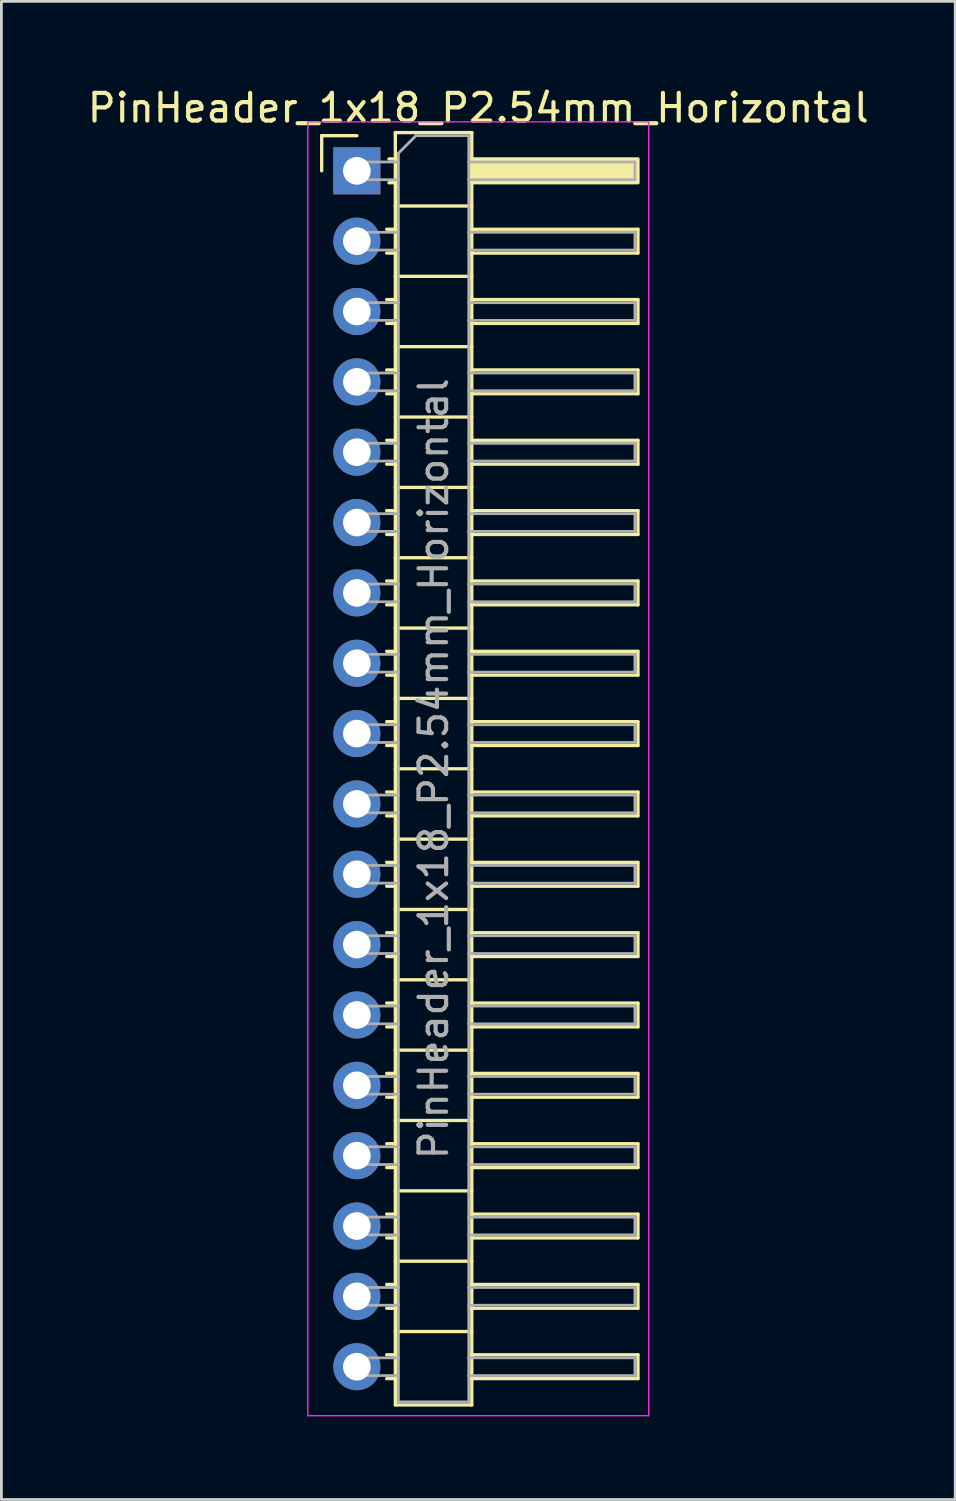
<source format=kicad_pcb>
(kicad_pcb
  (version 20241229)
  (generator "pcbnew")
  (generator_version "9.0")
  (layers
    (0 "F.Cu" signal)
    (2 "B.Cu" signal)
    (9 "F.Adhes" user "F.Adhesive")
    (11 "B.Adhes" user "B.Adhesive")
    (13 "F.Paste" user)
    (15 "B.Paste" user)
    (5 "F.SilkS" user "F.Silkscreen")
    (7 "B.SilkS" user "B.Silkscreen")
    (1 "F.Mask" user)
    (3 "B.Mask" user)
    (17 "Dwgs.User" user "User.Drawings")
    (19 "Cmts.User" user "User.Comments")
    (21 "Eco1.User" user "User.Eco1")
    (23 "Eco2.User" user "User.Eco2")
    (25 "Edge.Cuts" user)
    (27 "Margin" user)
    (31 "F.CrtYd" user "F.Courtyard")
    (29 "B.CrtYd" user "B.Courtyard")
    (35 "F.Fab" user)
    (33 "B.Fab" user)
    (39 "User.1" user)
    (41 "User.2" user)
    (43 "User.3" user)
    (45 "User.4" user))
  (footprint "PinHeader_1x18_P2.54mm_Horizontal"
    (layer "F.Cu")
    (at 9.835 3.118)
    (property "Reference" "PinHeader_1x18_P2.54mm_Horizontal" (at 4.385 -2.27 0) (layer "F.SilkS") (effects (font (size 1 1) (thickness 0.15))))
    (attr through_hole)
    (fp_line (start -1.27 -1.27) (end 0 -1.27) (stroke (width 0.12) (type solid)) (layer "F.SilkS"))
    (fp_line (start -1.27 0) (end -1.27 -1.27) (stroke (width 0.12) (type solid)) (layer "F.SilkS"))
    (fp_line (start 1.077 2.11) (end 1.39 2.11) (stroke (width 0.12) (type solid)) (layer "F.SilkS"))
    (fp_line (start 1.077 2.97) (end 1.39 2.97) (stroke (width 0.12) (type solid)) (layer "F.SilkS"))
    (fp_line (start 1.077 4.65) (end 1.39 4.65) (stroke (width 0.12) (type solid)) (layer "F.SilkS"))
    (fp_line (start 1.077 5.51) (end 1.39 5.51) (stroke (width 0.12) (type solid)) (layer "F.SilkS"))
    (fp_line (start 1.077 7.19) (end 1.39 7.19) (stroke (width 0.12) (type solid)) (layer "F.SilkS"))
    (fp_line (start 1.077 8.05) (end 1.39 8.05) (stroke (width 0.12) (type solid)) (layer "F.SilkS"))
    (fp_line (start 1.077 9.73) (end 1.39 9.73) (stroke (width 0.12) (type solid)) (layer "F.SilkS"))
    (fp_line (start 1.077 10.59) (end 1.39 10.59) (stroke (width 0.12) (type solid)) (layer "F.SilkS"))
    (fp_line (start 1.077 12.27) (end 1.39 12.27) (stroke (width 0.12) (type solid)) (layer "F.SilkS"))
    (fp_line (start 1.077 13.13) (end 1.39 13.13) (stroke (width 0.12) (type solid)) (layer "F.SilkS"))
    (fp_line (start 1.077 14.81) (end 1.39 14.81) (stroke (width 0.12) (type solid)) (layer "F.SilkS"))
    (fp_line (start 1.077 15.67) (end 1.39 15.67) (stroke (width 0.12) (type solid)) (layer "F.SilkS"))
    (fp_line (start 1.077 17.35) (end 1.39 17.35) (stroke (width 0.12) (type solid)) (layer "F.SilkS"))
    (fp_line (start 1.077 18.21) (end 1.39 18.21) (stroke (width 0.12) (type solid)) (layer "F.SilkS"))
    (fp_line (start 1.077 19.89) (end 1.39 19.89) (stroke (width 0.12) (type solid)) (layer "F.SilkS"))
    (fp_line (start 1.077 20.75) (end 1.39 20.75) (stroke (width 0.12) (type solid)) (layer "F.SilkS"))
    (fp_line (start 1.077 22.43) (end 1.39 22.43) (stroke (width 0.12) (type solid)) (layer "F.SilkS"))
    (fp_line (start 1.077 23.29) (end 1.39 23.29) (stroke (width 0.12) (type solid)) (layer "F.SilkS"))
    (fp_line (start 1.077 24.97) (end 1.39 24.97) (stroke (width 0.12) (type solid)) (layer "F.SilkS"))
    (fp_line (start 1.077 25.83) (end 1.39 25.83) (stroke (width 0.12) (type solid)) (layer "F.SilkS"))
    (fp_line (start 1.077 27.51) (end 1.39 27.51) (stroke (width 0.12) (type solid)) (layer "F.SilkS"))
    (fp_line (start 1.077 28.37) (end 1.39 28.37) (stroke (width 0.12) (type solid)) (layer "F.SilkS"))
    (fp_line (start 1.077 30.05) (end 1.39 30.05) (stroke (width 0.12) (type solid)) (layer "F.SilkS"))
    (fp_line (start 1.077 30.91) (end 1.39 30.91) (stroke (width 0.12) (type solid)) (layer "F.SilkS"))
    (fp_line (start 1.077 32.59) (end 1.39 32.59) (stroke (width 0.12) (type solid)) (layer "F.SilkS"))
    (fp_line (start 1.077 33.45) (end 1.39 33.45) (stroke (width 0.12) (type solid)) (layer "F.SilkS"))
    (fp_line (start 1.077 35.13) (end 1.39 35.13) (stroke (width 0.12) (type solid)) (layer "F.SilkS"))
    (fp_line (start 1.077 35.99) (end 1.39 35.99) (stroke (width 0.12) (type solid)) (layer "F.SilkS"))
    (fp_line (start 1.077 37.67) (end 1.39 37.67) (stroke (width 0.12) (type solid)) (layer "F.SilkS"))
    (fp_line (start 1.077 38.53) (end 1.39 38.53) (stroke (width 0.12) (type solid)) (layer "F.SilkS"))
    (fp_line (start 1.077 40.21) (end 1.39 40.21) (stroke (width 0.12) (type solid)) (layer "F.SilkS"))
    (fp_line (start 1.077 41.07) (end 1.39 41.07) (stroke (width 0.12) (type solid)) (layer "F.SilkS"))
    (fp_line (start 1.077 42.75) (end 1.39 42.75) (stroke (width 0.12) (type solid)) (layer "F.SilkS"))
    (fp_line (start 1.077 43.61) (end 1.39 43.61) (stroke (width 0.12) (type solid)) (layer "F.SilkS"))
    (fp_line (start 1.16 -0.43) (end 1.39 -0.43) (stroke (width 0.12) (type solid)) (layer "F.SilkS"))
    (fp_line (start 1.16 0.43) (end 1.39 0.43) (stroke (width 0.12) (type solid)) (layer "F.SilkS"))
    (fp_line (start 1.39 -1.38) (end 1.39 44.56) (stroke (width 0.12) (type solid)) (layer "F.SilkS"))
    (fp_line (start 1.39 1.27) (end 4.15 1.27) (stroke (width 0.12) (type solid)) (layer "F.SilkS"))
    (fp_line (start 1.39 3.81) (end 4.15 3.81) (stroke (width 0.12) (type solid)) (layer "F.SilkS"))
    (fp_line (start 1.39 6.35) (end 4.15 6.35) (stroke (width 0.12) (type solid)) (layer "F.SilkS"))
    (fp_line (start 1.39 8.89) (end 4.15 8.89) (stroke (width 0.12) (type solid)) (layer "F.SilkS"))
    (fp_line (start 1.39 11.43) (end 4.15 11.43) (stroke (width 0.12) (type solid)) (layer "F.SilkS"))
    (fp_line (start 1.39 13.97) (end 4.15 13.97) (stroke (width 0.12) (type solid)) (layer "F.SilkS"))
    (fp_line (start 1.39 16.51) (end 4.15 16.51) (stroke (width 0.12) (type solid)) (layer "F.SilkS"))
    (fp_line (start 1.39 19.05) (end 4.15 19.05) (stroke (width 0.12) (type solid)) (layer "F.SilkS"))
    (fp_line (start 1.39 21.59) (end 4.15 21.59) (stroke (width 0.12) (type solid)) (layer "F.SilkS"))
    (fp_line (start 1.39 24.13) (end 4.15 24.13) (stroke (width 0.12) (type solid)) (layer "F.SilkS"))
    (fp_line (start 1.39 26.67) (end 4.15 26.67) (stroke (width 0.12) (type solid)) (layer "F.SilkS"))
    (fp_line (start 1.39 29.21) (end 4.15 29.21) (stroke (width 0.12) (type solid)) (layer "F.SilkS"))
    (fp_line (start 1.39 31.75) (end 4.15 31.75) (stroke (width 0.12) (type solid)) (layer "F.SilkS"))
    (fp_line (start 1.39 34.29) (end 4.15 34.29) (stroke (width 0.12) (type solid)) (layer "F.SilkS"))
    (fp_line (start 1.39 36.83) (end 4.15 36.83) (stroke (width 0.12) (type solid)) (layer "F.SilkS"))
    (fp_line (start 1.39 39.37) (end 4.15 39.37) (stroke (width 0.12) (type solid)) (layer "F.SilkS"))
    (fp_line (start 1.39 41.91) (end 4.15 41.91) (stroke (width 0.12) (type solid)) (layer "F.SilkS"))
    (fp_line (start 1.39 44.56) (end 4.15 44.56) (stroke (width 0.12) (type solid)) (layer "F.SilkS"))
    (fp_line (start 4.15 -1.38) (end 1.39 -1.38) (stroke (width 0.12) (type solid)) (layer "F.SilkS"))
    (fp_line (start 4.15 2.11) (end 10.15 2.11) (stroke (width 0.12) (type solid)) (layer "F.SilkS"))
    (fp_line (start 4.15 4.65) (end 10.15 4.65) (stroke (width 0.12) (type solid)) (layer "F.SilkS"))
    (fp_line (start 4.15 7.19) (end 10.15 7.19) (stroke (width 0.12) (type solid)) (layer "F.SilkS"))
    (fp_line (start 4.15 9.73) (end 10.15 9.73) (stroke (width 0.12) (type solid)) (layer "F.SilkS"))
    (fp_line (start 4.15 12.27) (end 10.15 12.27) (stroke (width 0.12) (type solid)) (layer "F.SilkS"))
    (fp_line (start 4.15 14.81) (end 10.15 14.81) (stroke (width 0.12) (type solid)) (layer "F.SilkS"))
    (fp_line (start 4.15 17.35) (end 10.15 17.35) (stroke (width 0.12) (type solid)) (layer "F.SilkS"))
    (fp_line (start 4.15 19.89) (end 10.15 19.89) (stroke (width 0.12) (type solid)) (layer "F.SilkS"))
    (fp_line (start 4.15 22.43) (end 10.15 22.43) (stroke (width 0.12) (type solid)) (layer "F.SilkS"))
    (fp_line (start 4.15 24.97) (end 10.15 24.97) (stroke (width 0.12) (type solid)) (layer "F.SilkS"))
    (fp_line (start 4.15 27.51) (end 10.15 27.51) (stroke (width 0.12) (type solid)) (layer "F.SilkS"))
    (fp_line (start 4.15 30.05) (end 10.15 30.05) (stroke (width 0.12) (type solid)) (layer "F.SilkS"))
    (fp_line (start 4.15 32.59) (end 10.15 32.59) (stroke (width 0.12) (type solid)) (layer "F.SilkS"))
    (fp_line (start 4.15 35.13) (end 10.15 35.13) (stroke (width 0.12) (type solid)) (layer "F.SilkS"))
    (fp_line (start 4.15 37.67) (end 10.15 37.67) (stroke (width 0.12) (type solid)) (layer "F.SilkS"))
    (fp_line (start 4.15 40.21) (end 10.15 40.21) (stroke (width 0.12) (type solid)) (layer "F.SilkS"))
    (fp_line (start 4.15 42.75) (end 10.15 42.75) (stroke (width 0.12) (type solid)) (layer "F.SilkS"))
    (fp_line (start 4.15 44.56) (end 4.15 -1.38) (stroke (width 0.12) (type solid)) (layer "F.SilkS"))
    (fp_line (start 10.15 2.11) (end 10.15 2.97) (stroke (width 0.12) (type solid)) (layer "F.SilkS"))
    (fp_line (start 10.15 2.97) (end 4.15 2.97) (stroke (width 0.12) (type solid)) (layer "F.SilkS"))
    (fp_line (start 10.15 4.65) (end 10.15 5.51) (stroke (width 0.12) (type solid)) (layer "F.SilkS"))
    (fp_line (start 10.15 5.51) (end 4.15 5.51) (stroke (width 0.12) (type solid)) (layer "F.SilkS"))
    (fp_line (start 10.15 7.19) (end 10.15 8.05) (stroke (width 0.12) (type solid)) (layer "F.SilkS"))
    (fp_line (start 10.15 8.05) (end 4.15 8.05) (stroke (width 0.12) (type solid)) (layer "F.SilkS"))
    (fp_line (start 10.15 9.73) (end 10.15 10.59) (stroke (width 0.12) (type solid)) (layer "F.SilkS"))
    (fp_line (start 10.15 10.59) (end 4.15 10.59) (stroke (width 0.12) (type solid)) (layer "F.SilkS"))
    (fp_line (start 10.15 12.27) (end 10.15 13.13) (stroke (width 0.12) (type solid)) (layer "F.SilkS"))
    (fp_line (start 10.15 13.13) (end 4.15 13.13) (stroke (width 0.12) (type solid)) (layer "F.SilkS"))
    (fp_line (start 10.15 14.81) (end 10.15 15.67) (stroke (width 0.12) (type solid)) (layer "F.SilkS"))
    (fp_line (start 10.15 15.67) (end 4.15 15.67) (stroke (width 0.12) (type solid)) (layer "F.SilkS"))
    (fp_line (start 10.15 17.35) (end 10.15 18.21) (stroke (width 0.12) (type solid)) (layer "F.SilkS"))
    (fp_line (start 10.15 18.21) (end 4.15 18.21) (stroke (width 0.12) (type solid)) (layer "F.SilkS"))
    (fp_line (start 10.15 19.89) (end 10.15 20.75) (stroke (width 0.12) (type solid)) (layer "F.SilkS"))
    (fp_line (start 10.15 20.75) (end 4.15 20.75) (stroke (width 0.12) (type solid)) (layer "F.SilkS"))
    (fp_line (start 10.15 22.43) (end 10.15 23.29) (stroke (width 0.12) (type solid)) (layer "F.SilkS"))
    (fp_line (start 10.15 23.29) (end 4.15 23.29) (stroke (width 0.12) (type solid)) (layer "F.SilkS"))
    (fp_line (start 10.15 24.97) (end 10.15 25.83) (stroke (width 0.12) (type solid)) (layer "F.SilkS"))
    (fp_line (start 10.15 25.83) (end 4.15 25.83) (stroke (width 0.12) (type solid)) (layer "F.SilkS"))
    (fp_line (start 10.15 27.51) (end 10.15 28.37) (stroke (width 0.12) (type solid)) (layer "F.SilkS"))
    (fp_line (start 10.15 28.37) (end 4.15 28.37) (stroke (width 0.12) (type solid)) (layer "F.SilkS"))
    (fp_line (start 10.15 30.05) (end 10.15 30.91) (stroke (width 0.12) (type solid)) (layer "F.SilkS"))
    (fp_line (start 10.15 30.91) (end 4.15 30.91) (stroke (width 0.12) (type solid)) (layer "F.SilkS"))
    (fp_line (start 10.15 32.59) (end 10.15 33.45) (stroke (width 0.12) (type solid)) (layer "F.SilkS"))
    (fp_line (start 10.15 33.45) (end 4.15 33.45) (stroke (width 0.12) (type solid)) (layer "F.SilkS"))
    (fp_line (start 10.15 35.13) (end 10.15 35.99) (stroke (width 0.12) (type solid)) (layer "F.SilkS"))
    (fp_line (start 10.15 35.99) (end 4.15 35.99) (stroke (width 0.12) (type solid)) (layer "F.SilkS"))
    (fp_line (start 10.15 37.67) (end 10.15 38.53) (stroke (width 0.12) (type solid)) (layer "F.SilkS"))
    (fp_line (start 10.15 38.53) (end 4.15 38.53) (stroke (width 0.12) (type solid)) (layer "F.SilkS"))
    (fp_line (start 10.15 40.21) (end 10.15 41.07) (stroke (width 0.12) (type solid)) (layer "F.SilkS"))
    (fp_line (start 10.15 41.07) (end 4.15 41.07) (stroke (width 0.12) (type solid)) (layer "F.SilkS"))
    (fp_line (start 10.15 42.75) (end 10.15 43.61) (stroke (width 0.12) (type solid)) (layer "F.SilkS"))
    (fp_line (start 10.15 43.61) (end 4.15 43.61) (stroke (width 0.12) (type solid)) (layer "F.SilkS"))
    (fp_rect (start 4.15 -0.43) (end 10.15 0.43) (stroke (width 0.12) (type solid)) (fill yes) (layer "F.SilkS"))
    (fp_line (start -1.77 -1.77) (end -1.77 44.95) (stroke (width 0.05) (type solid)) (layer "F.CrtYd"))
    (fp_line (start -1.77 44.95) (end 10.54 44.95) (stroke (width 0.05) (type solid)) (layer "F.CrtYd"))
    (fp_line (start 10.54 -1.77) (end -1.77 -1.77) (stroke (width 0.05) (type solid)) (layer "F.CrtYd"))
    (fp_line (start 10.54 44.95) (end 10.54 -1.77) (stroke (width 0.05) (type solid)) (layer "F.CrtYd"))
    (fp_line (start -0.32 -0.32) (end -0.32 0.32) (stroke (width 0.1) (type solid)) (layer "F.Fab"))
    (fp_line (start -0.32 -0.32) (end 1.5 -0.32) (stroke (width 0.1) (type solid)) (layer "F.Fab"))
    (fp_line (start -0.32 0.32) (end 1.5 0.32) (stroke (width 0.1) (type solid)) (layer "F.Fab"))
    (fp_line (start -0.32 2.22) (end -0.32 2.86) (stroke (width 0.1) (type solid)) (layer "F.Fab"))
    (fp_line (start -0.32 2.22) (end 1.5 2.22) (stroke (width 0.1) (type solid)) (layer "F.Fab"))
    (fp_line (start -0.32 2.86) (end 1.5 2.86) (stroke (width 0.1) (type solid)) (layer "F.Fab"))
    (fp_line (start -0.32 4.76) (end -0.32 5.4) (stroke (width 0.1) (type solid)) (layer "F.Fab"))
    (fp_line (start -0.32 4.76) (end 1.5 4.76) (stroke (width 0.1) (type solid)) (layer "F.Fab"))
    (fp_line (start -0.32 5.4) (end 1.5 5.4) (stroke (width 0.1) (type solid)) (layer "F.Fab"))
    (fp_line (start -0.32 7.3) (end -0.32 7.94) (stroke (width 0.1) (type solid)) (layer "F.Fab"))
    (fp_line (start -0.32 7.3) (end 1.5 7.3) (stroke (width 0.1) (type solid)) (layer "F.Fab"))
    (fp_line (start -0.32 7.94) (end 1.5 7.94) (stroke (width 0.1) (type solid)) (layer "F.Fab"))
    (fp_line (start -0.32 9.84) (end -0.32 10.48) (stroke (width 0.1) (type solid)) (layer "F.Fab"))
    (fp_line (start -0.32 9.84) (end 1.5 9.84) (stroke (width 0.1) (type solid)) (layer "F.Fab"))
    (fp_line (start -0.32 10.48) (end 1.5 10.48) (stroke (width 0.1) (type solid)) (layer "F.Fab"))
    (fp_line (start -0.32 12.38) (end -0.32 13.02) (stroke (width 0.1) (type solid)) (layer "F.Fab"))
    (fp_line (start -0.32 12.38) (end 1.5 12.38) (stroke (width 0.1) (type solid)) (layer "F.Fab"))
    (fp_line (start -0.32 13.02) (end 1.5 13.02) (stroke (width 0.1) (type solid)) (layer "F.Fab"))
    (fp_line (start -0.32 14.92) (end -0.32 15.56) (stroke (width 0.1) (type solid)) (layer "F.Fab"))
    (fp_line (start -0.32 14.92) (end 1.5 14.92) (stroke (width 0.1) (type solid)) (layer "F.Fab"))
    (fp_line (start -0.32 15.56) (end 1.5 15.56) (stroke (width 0.1) (type solid)) (layer "F.Fab"))
    (fp_line (start -0.32 17.46) (end -0.32 18.1) (stroke (width 0.1) (type solid)) (layer "F.Fab"))
    (fp_line (start -0.32 17.46) (end 1.5 17.46) (stroke (width 0.1) (type solid)) (layer "F.Fab"))
    (fp_line (start -0.32 18.1) (end 1.5 18.1) (stroke (width 0.1) (type solid)) (layer "F.Fab"))
    (fp_line (start -0.32 20) (end -0.32 20.64) (stroke (width 0.1) (type solid)) (layer "F.Fab"))
    (fp_line (start -0.32 20) (end 1.5 20) (stroke (width 0.1) (type solid)) (layer "F.Fab"))
    (fp_line (start -0.32 20.64) (end 1.5 20.64) (stroke (width 0.1) (type solid)) (layer "F.Fab"))
    (fp_line (start -0.32 22.54) (end -0.32 23.18) (stroke (width 0.1) (type solid)) (layer "F.Fab"))
    (fp_line (start -0.32 22.54) (end 1.5 22.54) (stroke (width 0.1) (type solid)) (layer "F.Fab"))
    (fp_line (start -0.32 23.18) (end 1.5 23.18) (stroke (width 0.1) (type solid)) (layer "F.Fab"))
    (fp_line (start -0.32 25.08) (end -0.32 25.72) (stroke (width 0.1) (type solid)) (layer "F.Fab"))
    (fp_line (start -0.32 25.08) (end 1.5 25.08) (stroke (width 0.1) (type solid)) (layer "F.Fab"))
    (fp_line (start -0.32 25.72) (end 1.5 25.72) (stroke (width 0.1) (type solid)) (layer "F.Fab"))
    (fp_line (start -0.32 27.62) (end -0.32 28.26) (stroke (width 0.1) (type solid)) (layer "F.Fab"))
    (fp_line (start -0.32 27.62) (end 1.5 27.62) (stroke (width 0.1) (type solid)) (layer "F.Fab"))
    (fp_line (start -0.32 28.26) (end 1.5 28.26) (stroke (width 0.1) (type solid)) (layer "F.Fab"))
    (fp_line (start -0.32 30.16) (end -0.32 30.8) (stroke (width 0.1) (type solid)) (layer "F.Fab"))
    (fp_line (start -0.32 30.16) (end 1.5 30.16) (stroke (width 0.1) (type solid)) (layer "F.Fab"))
    (fp_line (start -0.32 30.8) (end 1.5 30.8) (stroke (width 0.1) (type solid)) (layer "F.Fab"))
    (fp_line (start -0.32 32.7) (end -0.32 33.34) (stroke (width 0.1) (type solid)) (layer "F.Fab"))
    (fp_line (start -0.32 32.7) (end 1.5 32.7) (stroke (width 0.1) (type solid)) (layer "F.Fab"))
    (fp_line (start -0.32 33.34) (end 1.5 33.34) (stroke (width 0.1) (type solid)) (layer "F.Fab"))
    (fp_line (start -0.32 35.24) (end -0.32 35.88) (stroke (width 0.1) (type solid)) (layer "F.Fab"))
    (fp_line (start -0.32 35.24) (end 1.5 35.24) (stroke (width 0.1) (type solid)) (layer "F.Fab"))
    (fp_line (start -0.32 35.88) (end 1.5 35.88) (stroke (width 0.1) (type solid)) (layer "F.Fab"))
    (fp_line (start -0.32 37.78) (end -0.32 38.42) (stroke (width 0.1) (type solid)) (layer "F.Fab"))
    (fp_line (start -0.32 37.78) (end 1.5 37.78) (stroke (width 0.1) (type solid)) (layer "F.Fab"))
    (fp_line (start -0.32 38.42) (end 1.5 38.42) (stroke (width 0.1) (type solid)) (layer "F.Fab"))
    (fp_line (start -0.32 40.32) (end -0.32 40.96) (stroke (width 0.1) (type solid)) (layer "F.Fab"))
    (fp_line (start -0.32 40.32) (end 1.5 40.32) (stroke (width 0.1) (type solid)) (layer "F.Fab"))
    (fp_line (start -0.32 40.96) (end 1.5 40.96) (stroke (width 0.1) (type solid)) (layer "F.Fab"))
    (fp_line (start -0.32 42.86) (end -0.32 43.5) (stroke (width 0.1) (type solid)) (layer "F.Fab"))
    (fp_line (start -0.32 42.86) (end 1.5 42.86) (stroke (width 0.1) (type solid)) (layer "F.Fab"))
    (fp_line (start -0.32 43.5) (end 1.5 43.5) (stroke (width 0.1) (type solid)) (layer "F.Fab"))
    (fp_line (start 1.5 -0.635) (end 2.135 -1.27) (stroke (width 0.1) (type solid)) (layer "F.Fab"))
    (fp_line (start 1.5 44.45) (end 1.5 -0.635) (stroke (width 0.1) (type solid)) (layer "F.Fab"))
    (fp_line (start 2.135 -1.27) (end 4.04 -1.27) (stroke (width 0.1) (type solid)) (layer "F.Fab"))
    (fp_line (start 4.04 -1.27) (end 4.04 44.45) (stroke (width 0.1) (type solid)) (layer "F.Fab"))
    (fp_line (start 4.04 -0.32) (end 10.04 -0.32) (stroke (width 0.1) (type solid)) (layer "F.Fab"))
    (fp_line (start 4.04 0.32) (end 10.04 0.32) (stroke (width 0.1) (type solid)) (layer "F.Fab"))
    (fp_line (start 4.04 2.22) (end 10.04 2.22) (stroke (width 0.1) (type solid)) (layer "F.Fab"))
    (fp_line (start 4.04 2.86) (end 10.04 2.86) (stroke (width 0.1) (type solid)) (layer "F.Fab"))
    (fp_line (start 4.04 4.76) (end 10.04 4.76) (stroke (width 0.1) (type solid)) (layer "F.Fab"))
    (fp_line (start 4.04 5.4) (end 10.04 5.4) (stroke (width 0.1) (type solid)) (layer "F.Fab"))
    (fp_line (start 4.04 7.3) (end 10.04 7.3) (stroke (width 0.1) (type solid)) (layer "F.Fab"))
    (fp_line (start 4.04 7.94) (end 10.04 7.94) (stroke (width 0.1) (type solid)) (layer "F.Fab"))
    (fp_line (start 4.04 9.84) (end 10.04 9.84) (stroke (width 0.1) (type solid)) (layer "F.Fab"))
    (fp_line (start 4.04 10.48) (end 10.04 10.48) (stroke (width 0.1) (type solid)) (layer "F.Fab"))
    (fp_line (start 4.04 12.38) (end 10.04 12.38) (stroke (width 0.1) (type solid)) (layer "F.Fab"))
    (fp_line (start 4.04 13.02) (end 10.04 13.02) (stroke (width 0.1) (type solid)) (layer "F.Fab"))
    (fp_line (start 4.04 14.92) (end 10.04 14.92) (stroke (width 0.1) (type solid)) (layer "F.Fab"))
    (fp_line (start 4.04 15.56) (end 10.04 15.56) (stroke (width 0.1) (type solid)) (layer "F.Fab"))
    (fp_line (start 4.04 17.46) (end 10.04 17.46) (stroke (width 0.1) (type solid)) (layer "F.Fab"))
    (fp_line (start 4.04 18.1) (end 10.04 18.1) (stroke (width 0.1) (type solid)) (layer "F.Fab"))
    (fp_line (start 4.04 20) (end 10.04 20) (stroke (width 0.1) (type solid)) (layer "F.Fab"))
    (fp_line (start 4.04 20.64) (end 10.04 20.64) (stroke (width 0.1) (type solid)) (layer "F.Fab"))
    (fp_line (start 4.04 22.54) (end 10.04 22.54) (stroke (width 0.1) (type solid)) (layer "F.Fab"))
    (fp_line (start 4.04 23.18) (end 10.04 23.18) (stroke (width 0.1) (type solid)) (layer "F.Fab"))
    (fp_line (start 4.04 25.08) (end 10.04 25.08) (stroke (width 0.1) (type solid)) (layer "F.Fab"))
    (fp_line (start 4.04 25.72) (end 10.04 25.72) (stroke (width 0.1) (type solid)) (layer "F.Fab"))
    (fp_line (start 4.04 27.62) (end 10.04 27.62) (stroke (width 0.1) (type solid)) (layer "F.Fab"))
    (fp_line (start 4.04 28.26) (end 10.04 28.26) (stroke (width 0.1) (type solid)) (layer "F.Fab"))
    (fp_line (start 4.04 30.16) (end 10.04 30.16) (stroke (width 0.1) (type solid)) (layer "F.Fab"))
    (fp_line (start 4.04 30.8) (end 10.04 30.8) (stroke (width 0.1) (type solid)) (layer "F.Fab"))
    (fp_line (start 4.04 32.7) (end 10.04 32.7) (stroke (width 0.1) (type solid)) (layer "F.Fab"))
    (fp_line (start 4.04 33.34) (end 10.04 33.34) (stroke (width 0.1) (type solid)) (layer "F.Fab"))
    (fp_line (start 4.04 35.24) (end 10.04 35.24) (stroke (width 0.1) (type solid)) (layer "F.Fab"))
    (fp_line (start 4.04 35.88) (end 10.04 35.88) (stroke (width 0.1) (type solid)) (layer "F.Fab"))
    (fp_line (start 4.04 37.78) (end 10.04 37.78) (stroke (width 0.1) (type solid)) (layer "F.Fab"))
    (fp_line (start 4.04 38.42) (end 10.04 38.42) (stroke (width 0.1) (type solid)) (layer "F.Fab"))
    (fp_line (start 4.04 40.32) (end 10.04 40.32) (stroke (width 0.1) (type solid)) (layer "F.Fab"))
    (fp_line (start 4.04 40.96) (end 10.04 40.96) (stroke (width 0.1) (type solid)) (layer "F.Fab"))
    (fp_line (start 4.04 42.86) (end 10.04 42.86) (stroke (width 0.1) (type solid)) (layer "F.Fab"))
    (fp_line (start 4.04 43.5) (end 10.04 43.5) (stroke (width 0.1) (type solid)) (layer "F.Fab"))
    (fp_line (start 4.04 44.45) (end 1.5 44.45) (stroke (width 0.1) (type solid)) (layer "F.Fab"))
    (fp_line (start 10.04 -0.32) (end 10.04 0.32) (stroke (width 0.1) (type solid)) (layer "F.Fab"))
    (fp_line (start 10.04 2.22) (end 10.04 2.86) (stroke (width 0.1) (type solid)) (layer "F.Fab"))
    (fp_line (start 10.04 4.76) (end 10.04 5.4) (stroke (width 0.1) (type solid)) (layer "F.Fab"))
    (fp_line (start 10.04 7.3) (end 10.04 7.94) (stroke (width 0.1) (type solid)) (layer "F.Fab"))
    (fp_line (start 10.04 9.84) (end 10.04 10.48) (stroke (width 0.1) (type solid)) (layer "F.Fab"))
    (fp_line (start 10.04 12.38) (end 10.04 13.02) (stroke (width 0.1) (type solid)) (layer "F.Fab"))
    (fp_line (start 10.04 14.92) (end 10.04 15.56) (stroke (width 0.1) (type solid)) (layer "F.Fab"))
    (fp_line (start 10.04 17.46) (end 10.04 18.1) (stroke (width 0.1) (type solid)) (layer "F.Fab"))
    (fp_line (start 10.04 20) (end 10.04 20.64) (stroke (width 0.1) (type solid)) (layer "F.Fab"))
    (fp_line (start 10.04 22.54) (end 10.04 23.18) (stroke (width 0.1) (type solid)) (layer "F.Fab"))
    (fp_line (start 10.04 25.08) (end 10.04 25.72) (stroke (width 0.1) (type solid)) (layer "F.Fab"))
    (fp_line (start 10.04 27.62) (end 10.04 28.26) (stroke (width 0.1) (type solid)) (layer "F.Fab"))
    (fp_line (start 10.04 30.16) (end 10.04 30.8) (stroke (width 0.1) (type solid)) (layer "F.Fab"))
    (fp_line (start 10.04 32.7) (end 10.04 33.34) (stroke (width 0.1) (type solid)) (layer "F.Fab"))
    (fp_line (start 10.04 35.24) (end 10.04 35.88) (stroke (width 0.1) (type solid)) (layer "F.Fab"))
    (fp_line (start 10.04 37.78) (end 10.04 38.42) (stroke (width 0.1) (type solid)) (layer "F.Fab"))
    (fp_line (start 10.04 40.32) (end 10.04 40.96) (stroke (width 0.1) (type solid)) (layer "F.Fab"))
    (fp_line (start 10.04 42.86) (end 10.04 43.5) (stroke (width 0.1) (type solid)) (layer "F.Fab"))
    (fp_text user "${REFERENCE}" (at 2.77 21.59 90) (layer "F.Fab") (effects (font (size 1 1) (thickness 0.15))))
    (pad "1" thru_hole rect (at 0 0) (size 1.7 1.7) (drill 1) (layers "*.Cu" "*.Mask"))
    (pad "2" thru_hole circle (at 0 2.54) (size 1.7 1.7) (drill 1) (layers "*.Cu" "*.Mask"))
    (pad "3" thru_hole circle (at 0 5.08) (size 1.7 1.7) (drill 1) (layers "*.Cu" "*.Mask"))
    (pad "4" thru_hole circle (at 0 7.62) (size 1.7 1.7) (drill 1) (layers "*.Cu" "*.Mask"))
    (pad "5" thru_hole circle (at 0 10.16) (size 1.7 1.7) (drill 1) (layers "*.Cu" "*.Mask"))
    (pad "6" thru_hole circle (at 0 12.7) (size 1.7 1.7) (drill 1) (layers "*.Cu" "*.Mask"))
    (pad "7" thru_hole circle (at 0 15.24) (size 1.7 1.7) (drill 1) (layers "*.Cu" "*.Mask"))
    (pad "8" thru_hole circle (at 0 17.78) (size 1.7 1.7) (drill 1) (layers "*.Cu" "*.Mask"))
    (pad "9" thru_hole circle (at 0 20.32) (size 1.7 1.7) (drill 1) (layers "*.Cu" "*.Mask"))
    (pad "10" thru_hole circle (at 0 22.86) (size 1.7 1.7) (drill 1) (layers "*.Cu" "*.Mask"))
    (pad "11" thru_hole circle (at 0 25.4) (size 1.7 1.7) (drill 1) (layers "*.Cu" "*.Mask"))
    (pad "12" thru_hole circle (at 0 27.94) (size 1.7 1.7) (drill 1) (layers "*.Cu" "*.Mask"))
    (pad "13" thru_hole circle (at 0 30.48) (size 1.7 1.7) (drill 1) (layers "*.Cu" "*.Mask"))
    (pad "14" thru_hole circle (at 0 33.02) (size 1.7 1.7) (drill 1) (layers "*.Cu" "*.Mask"))
    (pad "15" thru_hole circle (at 0 35.56) (size 1.7 1.7) (drill 1) (layers "*.Cu" "*.Mask"))
    (pad "16" thru_hole circle (at 0 38.1) (size 1.7 1.7) (drill 1) (layers "*.Cu" "*.Mask"))
    (pad "17" thru_hole circle (at 0 40.64) (size 1.7 1.7) (drill 1) (layers "*.Cu" "*.Mask"))
    (pad "18" thru_hole circle (at 0 43.18) (size 1.7 1.7) (drill 1) (layers "*.Cu" "*.Mask")))
  (gr_rect
    (start -3 -3)
    (end 31.44 51.093)
    (stroke (width 0.1) (type default))
    (fill no)
    (layer "Edge.Cuts")))
</source>
